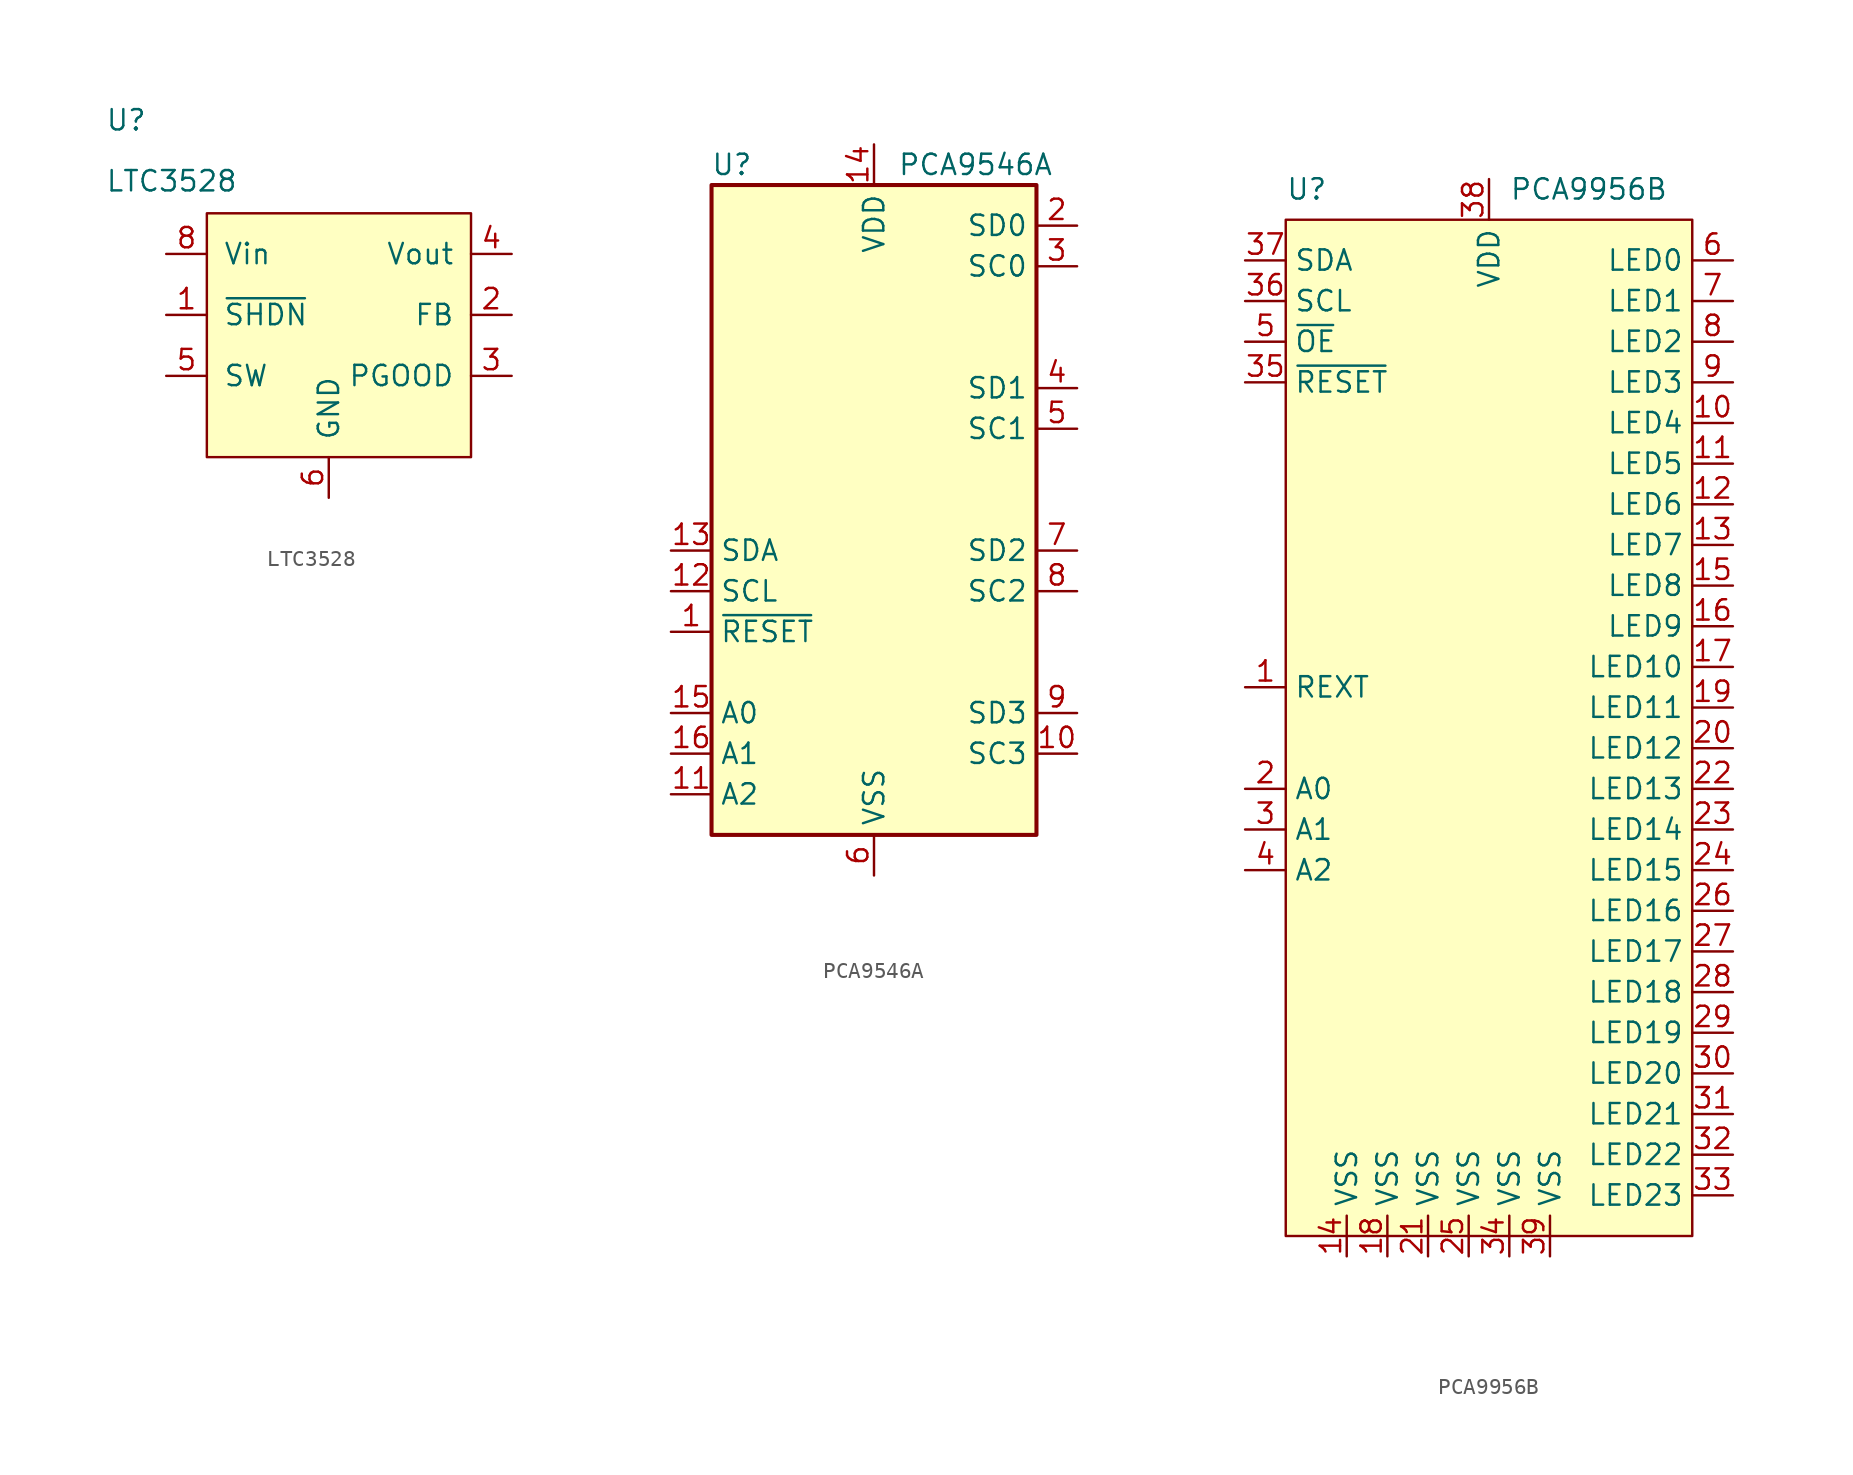
<source format=kicad_sym>
(kicad_symbol_lib
  (version 20211014)
  (generator kicad_symbol_editor)
  (symbol "ownLib:LTC3528"
    (pin_names
      (offset 1.016))
    (property "Reference" "U"
      (at -13.97 12.7 0)
      (effects (font (size 1.27 1.27)) (justify left bottom)))
    (property "Value" "LTC3528"
      (at -13.97 8.89 0)
      (effects (font (size 1.27 1.27)) (justify left bottom)))
    (symbol "LTC3528_0_1"
      (rectangle (start -7.62 7.62) (end 8.89 -7.62) (stroke (width 0) (type default) (color 0 0 0 0)) (fill (type background))))
    (symbol "LTC3528_1_1"
      (pin input line (at -10.16 1.27 0) (length 2.54) (name "~{SHDN}" (effects (font (size 1.27 1.27)))) (number "1" (effects (font (size 1.27 1.27)))))
      (pin input line (at 11.43 1.27 180) (length 2.54) (name "FB" (effects (font (size 1.27 1.27)))) (number "2" (effects (font (size 1.27 1.27)))))
      (pin open_collector line (at 11.43 -2.54 180) (length 2.54) (name "PGOOD" (effects (font (size 1.27 1.27)))) (number "3" (effects (font (size 1.27 1.27)))))
      (pin power_out line (at 11.43 5.08 180) (length 2.54) (name "Vout" (effects (font (size 1.27 1.27)))) (number "4" (effects (font (size 1.27 1.27)))))
      (pin input line (at -10.16 -2.54 0) (length 2.54) (name "SW" (effects (font (size 1.27 1.27)))) (number "5" (effects (font (size 1.27 1.27)))))
      (pin power_in line (at 0 -10.16 90) (length 2.54) (name "GND" (effects (font (size 1.27 1.27)))) (number "6" (effects (font (size 1.27 1.27)))))
      (pin passive line (at 0 -10.16 90) (length 2.54) hide (name "GND" (effects (font (size 1.27 1.27)))) (number "7" (effects (font (size 1.27 1.27)))))
      (pin power_in line (at -10.16 5.08 0) (length 2.54) (name "Vin" (effects (font (size 1.27 1.27)))) (number "8" (effects (font (size 1.27 1.27)))))
      (pin passive line (at 0 -10.16 90) (length 2.54) hide (name "GND" (effects (font (size 1.27 1.27)))) (number "9" (effects (font (size 1.27 1.27)))))))
  (symbol "ownLib:PCA9546A"
    (property "Reference" "U"
      (at -8.89 21.59 0)
      (effects (font (size 1.27 1.27))))
    (property "Value" "PCA9546A"
      (at 6.35 21.59 0)
      (effects (font (size 1.27 1.27))))
    (symbol "PCA9546A_0_1"
      (rectangle (start 10.16 20.32) (end -10.16 -20.32) (stroke (width 0.254) (type default) (color 0 0 0 0)) (fill (type background))))
    (symbol "PCA9546A_1_1"
      (pin open_collector line (at -12.7 -7.62 0) (length 2.54) (name "~{RESET}" (effects (font (size 1.27 1.27)))) (number "1" (effects (font (size 1.27 1.27)))))
      (pin output line (at 12.7 -15.24 180) (length 2.54) (name "SC3" (effects (font (size 1.27 1.27)))) (number "10" (effects (font (size 1.27 1.27)))))
      (pin input line (at -12.7 -17.78 0) (length 2.54) (name "A2" (effects (font (size 1.27 1.27)))) (number "11" (effects (font (size 1.27 1.27)))))
      (pin input line (at -12.7 -5.08 0) (length 2.54) (name "SCL" (effects (font (size 1.27 1.27)))) (number "12" (effects (font (size 1.27 1.27)))))
      (pin bidirectional line (at -12.7 -2.54 0) (length 2.54) (name "SDA" (effects (font (size 1.27 1.27)))) (number "13" (effects (font (size 1.27 1.27)))))
      (pin power_in line (at 0 22.86 270) (length 2.54) (name "VDD" (effects (font (size 1.27 1.27)))) (number "14" (effects (font (size 1.27 1.27)))))
      (pin input line (at -12.7 -12.7 0) (length 2.54) (name "A0" (effects (font (size 1.27 1.27)))) (number "15" (effects (font (size 1.27 1.27)))))
      (pin input line (at -12.7 -15.24 0) (length 2.54) (name "A1" (effects (font (size 1.27 1.27)))) (number "16" (effects (font (size 1.27 1.27)))))
      (pin bidirectional line (at 12.7 17.78 180) (length 2.54) (name "SD0" (effects (font (size 1.27 1.27)))) (number "2" (effects (font (size 1.27 1.27)))))
      (pin output line (at 12.7 15.24 180) (length 2.54) (name "SC0" (effects (font (size 1.27 1.27)))) (number "3" (effects (font (size 1.27 1.27)))))
      (pin bidirectional line (at 12.7 7.62 180) (length 2.54) (name "SD1" (effects (font (size 1.27 1.27)))) (number "4" (effects (font (size 1.27 1.27)))))
      (pin output line (at 12.7 5.08 180) (length 2.54) (name "SC1" (effects (font (size 1.27 1.27)))) (number "5" (effects (font (size 1.27 1.27)))))
      (pin power_in line (at 0 -22.86 90) (length 2.54) (name "VSS" (effects (font (size 1.27 1.27)))) (number "6" (effects (font (size 1.27 1.27)))))
      (pin bidirectional line (at 12.7 -2.54 180) (length 2.54) (name "SD2" (effects (font (size 1.27 1.27)))) (number "7" (effects (font (size 1.27 1.27)))))
      (pin output line (at 12.7 -5.08 180) (length 2.54) (name "SC2" (effects (font (size 1.27 1.27)))) (number "8" (effects (font (size 1.27 1.27)))))
      (pin bidirectional line (at 12.7 -12.7 180) (length 2.54) (name "SD3" (effects (font (size 1.27 1.27)))) (number "9" (effects (font (size 1.27 1.27)))))))
  (symbol "ownLib:PCA9956B"
    (property "Reference" "U"
      (at -11.43 23.495 0)
      (effects (font (size 1.27 1.27)) (justify left)))
    (property "Value" "PCA9956B"
      (at 2.54 23.495 0)
      (effects (font (size 1.27 1.27)) (justify left)))
    (symbol "PCA9956B_0_1"
      (rectangle (start 13.97 -41.91) (end -11.43 21.59) (stroke (width 0) (type default) (color 0 0 0 0)) (fill (type background))))
    (symbol "PCA9956B_1_1"
      (pin output line (at -13.97 -7.62 0) (length 2.54) (name "REXT" (effects (font (size 1.27 1.27)))) (number "1" (effects (font (size 1.27 1.27)))))
      (pin output line (at 16.51 8.89 180) (length 2.54) (name "LED4" (effects (font (size 1.27 1.27)))) (number "10" (effects (font (size 1.27 1.27)))))
      (pin output line (at 16.51 6.35 180) (length 2.54) (name "LED5" (effects (font (size 1.27 1.27)))) (number "11" (effects (font (size 1.27 1.27)))))
      (pin output line (at 16.51 3.81 180) (length 2.54) (name "LED6" (effects (font (size 1.27 1.27)))) (number "12" (effects (font (size 1.27 1.27)))))
      (pin output line (at 16.51 1.27 180) (length 2.54) (name "LED7" (effects (font (size 1.27 1.27)))) (number "13" (effects (font (size 1.27 1.27)))))
      (pin power_in line (at -7.62 -43.18 90) (length 2.54) (name "VSS" (effects (font (size 1.27 1.27)))) (number "14" (effects (font (size 1.27 1.27)))))
      (pin output line (at 16.51 -1.27 180) (length 2.54) (name "LED8" (effects (font (size 1.27 1.27)))) (number "15" (effects (font (size 1.27 1.27)))))
      (pin output line (at 16.51 -3.81 180) (length 2.54) (name "LED9" (effects (font (size 1.27 1.27)))) (number "16" (effects (font (size 1.27 1.27)))))
      (pin output line (at 16.51 -6.35 180) (length 2.54) (name "LED10" (effects (font (size 1.27 1.27)))) (number "17" (effects (font (size 1.27 1.27)))))
      (pin power_in line (at -5.08 -43.18 90) (length 2.54) (name "VSS" (effects (font (size 1.27 1.27)))) (number "18" (effects (font (size 1.27 1.27)))))
      (pin output line (at 16.51 -8.89 180) (length 2.54) (name "LED11" (effects (font (size 1.27 1.27)))) (number "19" (effects (font (size 1.27 1.27)))))
      (pin input line (at -13.97 -13.97 0) (length 2.54) (name "A0" (effects (font (size 1.27 1.27)))) (number "2" (effects (font (size 1.27 1.27)))))
      (pin output line (at 16.51 -11.43 180) (length 2.54) (name "LED12" (effects (font (size 1.27 1.27)))) (number "20" (effects (font (size 1.27 1.27)))))
      (pin power_in line (at -2.54 -43.18 90) (length 2.54) (name "VSS" (effects (font (size 1.27 1.27)))) (number "21" (effects (font (size 1.27 1.27)))))
      (pin output line (at 16.51 -13.97 180) (length 2.54) (name "LED13" (effects (font (size 1.27 1.27)))) (number "22" (effects (font (size 1.27 1.27)))))
      (pin output line (at 16.51 -16.51 180) (length 2.54) (name "LED14" (effects (font (size 1.27 1.27)))) (number "23" (effects (font (size 1.27 1.27)))))
      (pin output line (at 16.51 -19.05 180) (length 2.54) (name "LED15" (effects (font (size 1.27 1.27)))) (number "24" (effects (font (size 1.27 1.27)))))
      (pin power_in line (at 0 -43.18 90) (length 2.54) (name "VSS" (effects (font (size 1.27 1.27)))) (number "25" (effects (font (size 1.27 1.27)))))
      (pin output line (at 16.51 -21.59 180) (length 2.54) (name "LED16" (effects (font (size 1.27 1.27)))) (number "26" (effects (font (size 1.27 1.27)))))
      (pin output line (at 16.51 -24.13 180) (length 2.54) (name "LED17" (effects (font (size 1.27 1.27)))) (number "27" (effects (font (size 1.27 1.27)))))
      (pin output line (at 16.51 -26.67 180) (length 2.54) (name "LED18" (effects (font (size 1.27 1.27)))) (number "28" (effects (font (size 1.27 1.27)))))
      (pin output line (at 16.51 -29.21 180) (length 2.54) (name "LED19" (effects (font (size 1.27 1.27)))) (number "29" (effects (font (size 1.27 1.27)))))
      (pin input line (at -13.97 -16.51 0) (length 2.54) (name "A1" (effects (font (size 1.27 1.27)))) (number "3" (effects (font (size 1.27 1.27)))))
      (pin output line (at 16.51 -31.75 180) (length 2.54) (name "LED20" (effects (font (size 1.27 1.27)))) (number "30" (effects (font (size 1.27 1.27)))))
      (pin output line (at 16.51 -34.29 180) (length 2.54) (name "LED21" (effects (font (size 1.27 1.27)))) (number "31" (effects (font (size 1.27 1.27)))))
      (pin output line (at 16.51 -36.83 180) (length 2.54) (name "LED22" (effects (font (size 1.27 1.27)))) (number "32" (effects (font (size 1.27 1.27)))))
      (pin output line (at 16.51 -39.37 180) (length 2.54) (name "LED23" (effects (font (size 1.27 1.27)))) (number "33" (effects (font (size 1.27 1.27)))))
      (pin power_in line (at 2.54 -43.18 90) (length 2.54) (name "VSS" (effects (font (size 1.27 1.27)))) (number "34" (effects (font (size 1.27 1.27)))))
      (pin input line (at -13.97 11.43 0) (length 2.54) (name "~{RESET}" (effects (font (size 1.27 1.27)))) (number "35" (effects (font (size 1.27 1.27)))))
      (pin input line (at -13.97 16.51 0) (length 2.54) (name "SCL" (effects (font (size 1.27 1.27)))) (number "36" (effects (font (size 1.27 1.27)))))
      (pin bidirectional line (at -13.97 19.05 0) (length 2.54) (name "SDA" (effects (font (size 1.27 1.27)))) (number "37" (effects (font (size 1.27 1.27)))))
      (pin power_in line (at 1.27 24.13 270) (length 2.54) (name "VDD" (effects (font (size 1.27 1.27)))) (number "38" (effects (font (size 1.27 1.27)))))
      (pin power_in line (at 5.08 -43.18 90) (length 2.54) (name "VSS" (effects (font (size 1.27 1.27)))) (number "39" (effects (font (size 1.27 1.27)))))
      (pin input line (at -13.97 -19.05 0) (length 2.54) (name "A2" (effects (font (size 1.27 1.27)))) (number "4" (effects (font (size 1.27 1.27)))))
      (pin input line (at -13.97 13.97 0) (length 2.54) (name "~{OE}" (effects (font (size 1.27 1.27)))) (number "5" (effects (font (size 1.27 1.27)))))
      (pin output line (at 16.51 19.05 180) (length 2.54) (name "LED0" (effects (font (size 1.27 1.27)))) (number "6" (effects (font (size 1.27 1.27)))))
      (pin output line (at 16.51 16.51 180) (length 2.54) (name "LED1" (effects (font (size 1.27 1.27)))) (number "7" (effects (font (size 1.27 1.27)))))
      (pin output line (at 16.51 13.97 180) (length 2.54) (name "LED2" (effects (font (size 1.27 1.27)))) (number "8" (effects (font (size 1.27 1.27)))))
      (pin output line (at 16.51 11.43 180) (length 2.54) (name "LED3" (effects (font (size 1.27 1.27)))) (number "9" (effects (font (size 1.27 1.27))))))))
</source>
